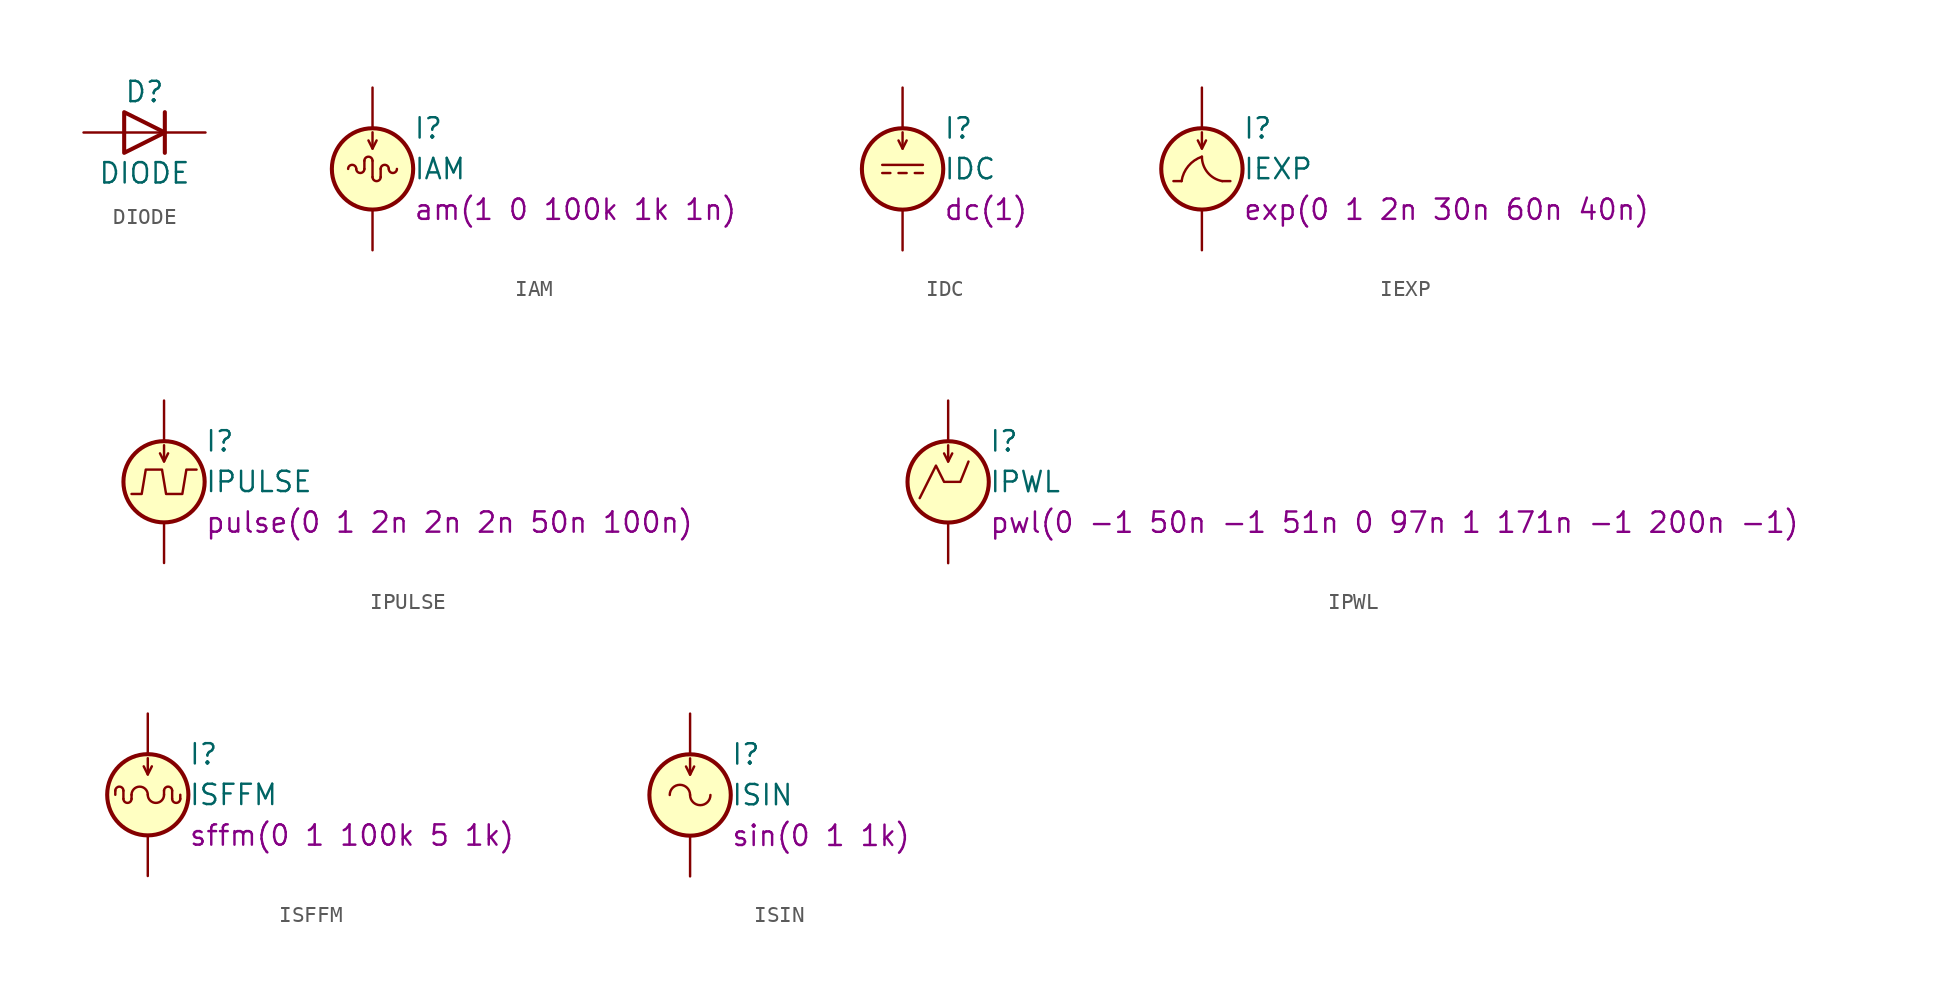
<source format=kicad_sym>
(kicad_symbol_lib
  (version 20201005)
  (generator kicad_symbol_editor)
  (symbol "Simulation_SPICE:DIODE"
    (pin_numbers hide)
    (pin_names
      (offset 1.016) hide)
    (property "Reference" "D"
      (at 0 2.54 0)
      (effects (font (size 1.27 1.27))))
    (property "Value" "DIODE"
      (at 0 -2.54 0)
      (effects (font (size 1.27 1.27))))
    (symbol "DIODE_0_1"
      (polyline (pts (xy 1.27 0) (xy -1.27 0)) (stroke (width 0)) (fill (type none)))
      (polyline (pts (xy 1.27 1.27) (xy 1.27 -1.27)) (stroke (width 0.254)) (fill (type none)))
      (polyline (pts (xy -1.27 -1.27) (xy -1.27 1.27) (xy 1.27 0) (xy -1.27 -1.27)) (stroke (width 0.254)) (fill (type none))))
    (symbol "DIODE_1_1"
      (pin passive line (at -3.81 0 0) (length 2.54) (name "A" (effects (font (size 1.27 1.27)))) (number "1" (effects (font (size 1.27 1.27)))))
      (pin passive line (at 3.81 0 180) (length 2.54) (name "K" (effects (font (size 1.27 1.27)))) (number "2" (effects (font (size 1.27 1.27)))))))
  (symbol "Simulation_SPICE:IAM"
    (pin_numbers hide)
    (pin_names
      (offset 0.025))
    (property "Reference" "I"
      (at 2.54 2.54 0)
      (effects (font (size 1.27 1.27)) (justify left)))
    (property "Value" "IAM"
      (at 2.54 0 0)
      (effects (font (size 1.27 1.27)) (justify left)))
    (property "Spice_Model" "am(1 0 100k 1k 1n)"
      (at 2.54 -2.54 0)
      (effects (font (size 1.27 1.27)) (justify left)))
    (symbol "IAM_0_0"
      (arc (start 0 0.508) (end -0.508 0.508) (radius (at -0.254 0.508) (length 0.254) (angles 0.1 180)) (stroke (width 0)) (fill (type none))))
    (symbol "IAM_0_1"
      (arc (start -1.016 0) (end -1.524 0) (radius (at -1.27 0) (length 0.254) (angles 0.1 180)) (stroke (width 0)) (fill (type none)))
      (arc (start -1.016 0) (end -0.508 0) (radius (at -0.762 0) (length 0.254) (angles 180 -0.1)) (stroke (width 0)) (fill (type none)))
      (arc (start 0 -0.508) (end 0.508 -0.508) (radius (at 0.254 -0.508) (length 0.254) (angles 180 -0.1)) (stroke (width 0)) (fill (type none)))
      (arc (start 1.016 0) (end 0.508 0) (radius (at 0.762 0) (length 0.254) (angles 0.1 180)) (stroke (width 0)) (fill (type none)))
      (arc (start 1.016 0) (end 1.524 0) (radius (at 1.27 0) (length 0.254) (angles 180 -0.1)) (stroke (width 0)) (fill (type none)))
      (circle (center 0 0) (radius 2.54) (stroke (width 0.254)) (fill (type background)))
      (polyline (pts (xy -0.508 0.508) (xy -0.508 0)) (stroke (width 0)) (fill (type none)))
      (polyline (pts (xy 0 0.508) (xy 0 -0.508)) (stroke (width 0)) (fill (type none)))
      (polyline (pts (xy 0 1.27) (xy 0 2.286)) (stroke (width 0)) (fill (type none)))
      (polyline (pts (xy 0.508 -0.508) (xy 0.508 0)) (stroke (width 0)) (fill (type none)))
      (polyline (pts (xy -0.254 1.778) (xy 0 1.27) (xy 0.254 1.778)) (stroke (width 0)) (fill (type none))))
    (symbol "IAM_1_1"
      (pin passive line (at 0 5.08 270) (length 2.54) (name "~" (effects (font (size 1.27 1.27)))) (number "1" (effects (font (size 1.27 1.27)))))
      (pin passive line (at 0 -5.08 90) (length 2.54) (name "~" (effects (font (size 1.27 1.27)))) (number "2" (effects (font (size 1.27 1.27)))))))
  (symbol "Simulation_SPICE:IDC"
    (pin_numbers hide)
    (pin_names
      (offset 0.025))
    (property "Reference" "I"
      (at 2.54 2.54 0)
      (effects (font (size 1.27 1.27)) (justify left)))
    (property "Value" "IDC"
      (at 2.54 0 0)
      (effects (font (size 1.27 1.27)) (justify left)))
    (property "Spice_Model" "dc(1)"
      (at 2.54 -2.54 0)
      (effects (font (size 1.27 1.27)) (justify left)))
    (symbol "IDC_0_0"
      (polyline (pts (xy -1.27 0.254) (xy 1.27 0.254)) (stroke (width 0)) (fill (type none)))
      (polyline (pts (xy -0.762 -0.254) (xy -1.27 -0.254)) (stroke (width 0)) (fill (type none)))
      (polyline (pts (xy 0.254 -0.254) (xy -0.254 -0.254)) (stroke (width 0)) (fill (type none)))
      (polyline (pts (xy 1.27 -0.254) (xy 0.762 -0.254)) (stroke (width 0)) (fill (type none))))
    (symbol "IDC_0_1"
      (circle (center 0 0) (radius 2.54) (stroke (width 0.254)) (fill (type background)))
      (polyline (pts (xy 0 1.27) (xy 0 2.286)) (stroke (width 0)) (fill (type none)))
      (polyline (pts (xy -0.254 1.778) (xy 0 1.27) (xy 0.254 1.778)) (stroke (width 0)) (fill (type none))))
    (symbol "IDC_1_1"
      (pin passive line (at 0 5.08 270) (length 2.54) (name "~" (effects (font (size 1.27 1.27)))) (number "1" (effects (font (size 1.27 1.27)))))
      (pin passive line (at 0 -5.08 90) (length 2.54) (name "~" (effects (font (size 1.27 1.27)))) (number "2" (effects (font (size 1.27 1.27)))))))
  (symbol "Simulation_SPICE:IEXP"
    (pin_numbers hide)
    (pin_names
      (offset 0.025))
    (property "Reference" "I"
      (at 2.54 2.54 0)
      (effects (font (size 1.27 1.27)) (justify left)))
    (property "Value" "IEXP"
      (at 2.54 0 0)
      (effects (font (size 1.27 1.27)) (justify left)))
    (property "Spice_Model" "exp(0 1 2n 30n 60n 40n)"
      (at 2.54 -2.54 0)
      (effects (font (size 1.27 1.27)) (justify left)))
    (symbol "IEXP_0_0"
      (arc (start 0 0.762) (end -1.27 -0.762) (radius (at 0.6096 -1.0414) (length 1.905) (angles 108.7 171.5)) (stroke (width 0)) (fill (type none)))
      (arc (start 0 0.762) (end 1.27 -0.762) (radius (at 1.5494 0.762) (length 1.5494) (angles 180 -100.4)) (stroke (width 0)) (fill (type none)))
      (polyline (pts (xy -1.27 -0.762) (xy -1.778 -0.762)) (stroke (width 0)) (fill (type none)))
      (polyline (pts (xy 1.27 -0.762) (xy 1.778 -0.762)) (stroke (width 0)) (fill (type none))))
    (symbol "IEXP_0_1"
      (circle (center 0 0) (radius 2.54) (stroke (width 0.254)) (fill (type background)))
      (polyline (pts (xy 0 1.27) (xy 0 2.286)) (stroke (width 0)) (fill (type none)))
      (polyline (pts (xy -0.254 1.778) (xy 0 1.27) (xy 0.254 1.778)) (stroke (width 0)) (fill (type none))))
    (symbol "IEXP_1_1"
      (pin passive line (at 0 5.08 270) (length 2.54) (name "~" (effects (font (size 1.27 1.27)))) (number "1" (effects (font (size 1.27 1.27)))))
      (pin passive line (at 0 -5.08 90) (length 2.54) (name "~" (effects (font (size 1.27 1.27)))) (number "2" (effects (font (size 1.27 1.27)))))))
  (symbol "Simulation_SPICE:IPULSE"
    (pin_numbers hide)
    (pin_names
      (offset 0.025))
    (property "Reference" "I"
      (at 2.54 2.54 0)
      (effects (font (size 1.27 1.27)) (justify left)))
    (property "Value" "IPULSE"
      (at 2.54 0 0)
      (effects (font (size 1.27 1.27)) (justify left)))
    (property "Spice_Model" "pulse(0 1 2n 2n 2n 50n 100n)"
      (at 2.54 -2.54 0)
      (effects (font (size 1.27 1.27)) (justify left)))
    (symbol "IPULSE_0_0"
      (polyline (pts (xy -2.032 -0.762) (xy -1.397 -0.762) (xy -1.143 0.762) (xy -0.127 0.762) (xy 0.127 -0.762) (xy 1.143 -0.762) (xy 1.397 0.762) (xy 2.032 0.762)) (stroke (width 0)) (fill (type none))))
    (symbol "IPULSE_0_1"
      (circle (center 0 0) (radius 2.54) (stroke (width 0.254)) (fill (type background)))
      (polyline (pts (xy 0 1.27) (xy 0 2.286)) (stroke (width 0)) (fill (type none)))
      (polyline (pts (xy -0.254 1.778) (xy 0 1.27) (xy 0.254 1.778)) (stroke (width 0)) (fill (type none))))
    (symbol "IPULSE_1_1"
      (pin passive line (at 0 5.08 270) (length 2.54) (name "~" (effects (font (size 1.27 1.27)))) (number "1" (effects (font (size 1.27 1.27)))))
      (pin passive line (at 0 -5.08 90) (length 2.54) (name "~" (effects (font (size 1.27 1.27)))) (number "2" (effects (font (size 1.27 1.27)))))))
  (symbol "Simulation_SPICE:IPWL"
    (pin_numbers hide)
    (pin_names
      (offset 0.025))
    (property "Reference" "I"
      (at 2.54 2.54 0)
      (effects (font (size 1.27 1.27)) (justify left)))
    (property "Value" "IPWL"
      (at 2.54 0 0)
      (effects (font (size 1.27 1.27)) (justify left)))
    (property "Spice_Model" "pwl(0 -1 50n -1 51n 0 97n 1 171n -1 200n -1)"
      (at 2.54 -2.54 0)
      (effects (font (size 1.27 1.27)) (justify left)))
    (symbol "IPWL_0_0"
      (polyline (pts (xy -1.778 -1.016) (xy -0.762 1.016) (xy -0.254 0) (xy 0.762 0) (xy 1.27 1.27)) (stroke (width 0)) (fill (type none))))
    (symbol "IPWL_0_1"
      (circle (center 0 0) (radius 2.54) (stroke (width 0.254)) (fill (type background)))
      (polyline (pts (xy 0 1.27) (xy 0 2.286)) (stroke (width 0)) (fill (type none)))
      (polyline (pts (xy -0.254 1.778) (xy 0 1.27) (xy 0.254 1.778)) (stroke (width 0)) (fill (type none))))
    (symbol "IPWL_1_1"
      (pin passive line (at 0 5.08 270) (length 2.54) (name "~" (effects (font (size 1.27 1.27)))) (number "1" (effects (font (size 1.27 1.27)))))
      (pin passive line (at 0 -5.08 90) (length 2.54) (name "~" (effects (font (size 1.27 1.27)))) (number "2" (effects (font (size 1.27 1.27)))))))
  (symbol "Simulation_SPICE:ISFFM"
    (pin_numbers hide)
    (pin_names
      (offset 0.025))
    (property "Reference" "I"
      (at 2.54 2.54 0)
      (effects (font (size 1.27 1.27)) (justify left)))
    (property "Value" "ISFFM"
      (at 2.54 0 0)
      (effects (font (size 1.27 1.27)) (justify left)))
    (property "Spice_Model" "sffm(0 1 100k 5 1k)"
      (at 2.54 -2.54 0)
      (effects (font (size 1.27 1.27)) (justify left)))
    (symbol "ISFFM_0_1"
      (arc (start -1.524 0.254) (end -2.032 0.254) (radius (at -1.778 0.254) (length 0.254) (angles 0.1 180)) (stroke (width 0)) (fill (type none)))
      (arc (start -1.524 -0.254) (end -1.016 -0.254) (radius (at -1.27 -0.254) (length 0.254) (angles 180 -0.1)) (stroke (width 0)) (fill (type none)))
      (arc (start 0 0) (end -1.016 0) (radius (at -0.508 0) (length 0.508) (angles 0.1 180)) (stroke (width 0)) (fill (type none)))
      (arc (start 0 0) (end 1.016 0) (radius (at 0.508 0) (length 0.508) (angles 180 -0.1)) (stroke (width 0)) (fill (type none)))
      (arc (start 1.524 0.254) (end 1.016 0.254) (radius (at 1.27 0.254) (length 0.254) (angles 0.1 180)) (stroke (width 0)) (fill (type none)))
      (arc (start 1.524 -0.254) (end 2.032 -0.254) (radius (at 1.778 -0.254) (length 0.254) (angles 180 -0.1)) (stroke (width 0)) (fill (type none)))
      (circle (center 0 0) (radius 2.54) (stroke (width 0.254)) (fill (type background)))
      (polyline (pts (xy -2.032 0.254) (xy -2.032 0)) (stroke (width 0)) (fill (type none)))
      (polyline (pts (xy -1.524 -0.254) (xy -1.524 0.254)) (stroke (width 0)) (fill (type none)))
      (polyline (pts (xy -1.016 0) (xy -1.016 -0.254)) (stroke (width 0)) (fill (type none)))
      (polyline (pts (xy 0 1.27) (xy 0 2.286)) (stroke (width 0)) (fill (type none)))
      (polyline (pts (xy 1.016 0.254) (xy 1.016 0)) (stroke (width 0)) (fill (type none)))
      (polyline (pts (xy 1.524 0.254) (xy 1.524 -0.254)) (stroke (width 0)) (fill (type none)))
      (polyline (pts (xy 2.032 -0.254) (xy 2.032 0)) (stroke (width 0)) (fill (type none)))
      (polyline (pts (xy -0.254 1.778) (xy 0 1.27) (xy 0.254 1.778)) (stroke (width 0)) (fill (type none))))
    (symbol "ISFFM_1_1"
      (pin passive line (at 0 5.08 270) (length 2.54) (name "~" (effects (font (size 1.27 1.27)))) (number "1" (effects (font (size 1.27 1.27)))))
      (pin passive line (at 0 -5.08 90) (length 2.54) (name "~" (effects (font (size 1.27 1.27)))) (number "2" (effects (font (size 1.27 1.27)))))))
  (symbol "Simulation_SPICE:ISIN"
    (pin_numbers hide)
    (pin_names
      (offset 0.025))
    (property "Reference" "I"
      (at 2.54 2.54 0)
      (effects (font (size 1.27 1.27)) (justify left)))
    (property "Value" "ISIN"
      (at 2.54 0 0)
      (effects (font (size 1.27 1.27)) (justify left)))
    (property "Spice_Model" "sin(0 1 1k)"
      (at 2.54 -2.54 0)
      (effects (font (size 1.27 1.27)) (justify left)))
    (symbol "ISIN_0_0"
      (arc (start 0 0) (end -1.27 0) (radius (at -0.635 0) (length 0.635) (angles 0.1 180)) (stroke (width 0)) (fill (type none)))
      (arc (start 0 0) (end 1.27 0) (radius (at 0.635 0) (length 0.635) (angles 180 -0.1)) (stroke (width 0)) (fill (type none))))
    (symbol "ISIN_0_1"
      (circle (center 0 0) (radius 2.54) (stroke (width 0.254)) (fill (type background)))
      (polyline (pts (xy 0 1.27) (xy 0 2.286)) (stroke (width 0)) (fill (type none)))
      (polyline (pts (xy -0.254 1.778) (xy 0 1.27) (xy 0.254 1.778)) (stroke (width 0)) (fill (type none))))
    (symbol "ISIN_1_1"
      (pin passive line (at 0 5.08 270) (length 2.54) (name "~" (effects (font (size 1.27 1.27)))) (number "1" (effects (font (size 1.27 1.27)))))
      (pin passive line (at 0 -5.08 90) (length 2.54) (name "~" (effects (font (size 1.27 1.27)))) (number "2" (effects (font (size 1.27 1.27))))))))
</source>
